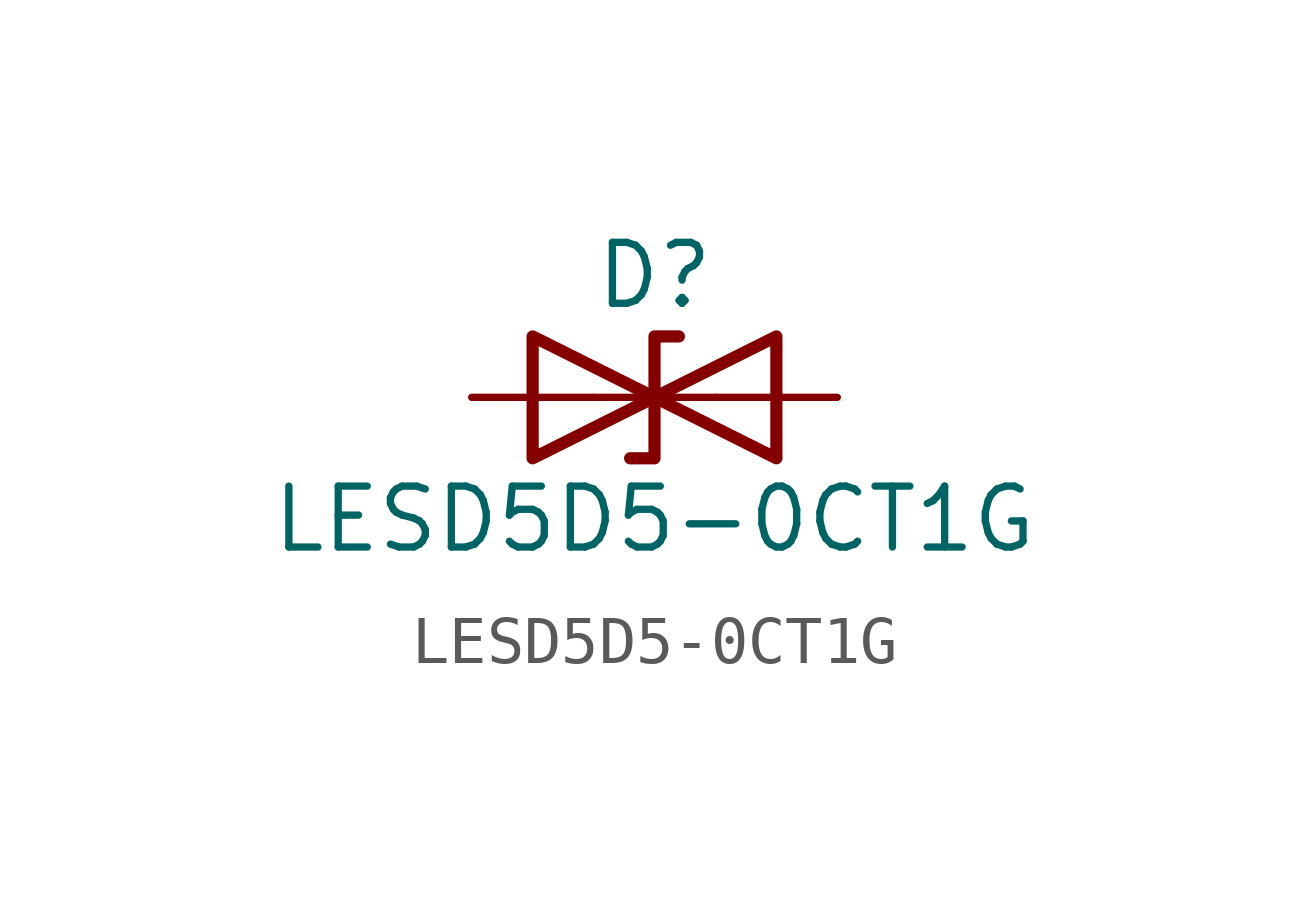
<source format=kicad_sym>
(kicad_symbol_lib
  (version 20220914)
  (generator kicad_symbol_editor)
  (symbol "LESD5D5-0CT1G"
    (pin_numbers hide)
    (pin_names
      (offset 1.016) hide)
    (property "Reference" "D"
      (at 0 2.54 0)
      (effects (font (size 1.27 1.27))))
    (property "Value" "LESD5D5-0CT1G"
      (at 0 -2.54 0)
      (effects (font (size 1.27 1.27))))
    (symbol "LESD5D5-0CT1G_0_1"
      (polyline (pts (xy 1.27 0) (xy -1.27 0)) (stroke (width 0) (type default)) (fill (type none)))
      (polyline (pts (xy -2.54 -1.27) (xy 0 0) (xy -2.54 1.27) (xy -2.54 -1.27)) (stroke (width 0.254) (type default)) (fill (type none)))
      (polyline (pts (xy 0.508 1.27) (xy 0 1.27) (xy 0 -1.27) (xy -0.508 -1.27)) (stroke (width 0.254) (type default)) (fill (type none)))
      (polyline (pts (xy 2.54 1.27) (xy 2.54 -1.27) (xy 0 0) (xy 2.54 1.27)) (stroke (width 0.254) (type default)) (fill (type none))))
    (symbol "LESD5D5-0CT1G_1_1"
      (pin passive line (at -3.81 0 0) (length 2.54) (name "A1" (effects (font (size 1.27 1.27)))) (number "1" (effects (font (size 1.27 1.27)))))
      (pin passive line (at 3.81 0 180) (length 2.54) (name "A2" (effects (font (size 1.27 1.27)))) (number "2" (effects (font (size 1.27 1.27))))))))
</source>
